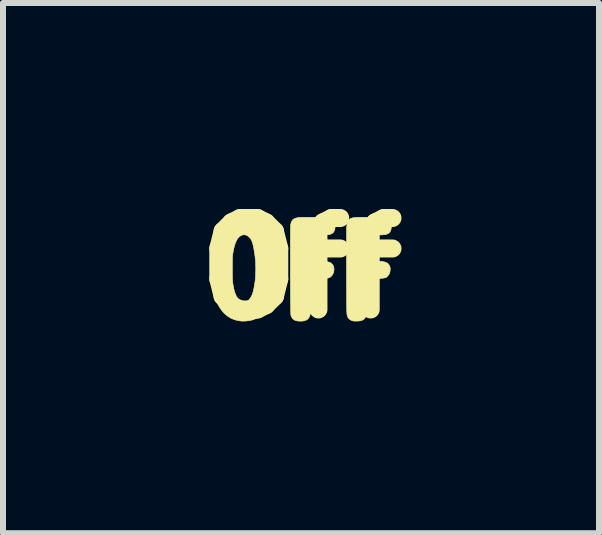
<source format=kicad_pcb>
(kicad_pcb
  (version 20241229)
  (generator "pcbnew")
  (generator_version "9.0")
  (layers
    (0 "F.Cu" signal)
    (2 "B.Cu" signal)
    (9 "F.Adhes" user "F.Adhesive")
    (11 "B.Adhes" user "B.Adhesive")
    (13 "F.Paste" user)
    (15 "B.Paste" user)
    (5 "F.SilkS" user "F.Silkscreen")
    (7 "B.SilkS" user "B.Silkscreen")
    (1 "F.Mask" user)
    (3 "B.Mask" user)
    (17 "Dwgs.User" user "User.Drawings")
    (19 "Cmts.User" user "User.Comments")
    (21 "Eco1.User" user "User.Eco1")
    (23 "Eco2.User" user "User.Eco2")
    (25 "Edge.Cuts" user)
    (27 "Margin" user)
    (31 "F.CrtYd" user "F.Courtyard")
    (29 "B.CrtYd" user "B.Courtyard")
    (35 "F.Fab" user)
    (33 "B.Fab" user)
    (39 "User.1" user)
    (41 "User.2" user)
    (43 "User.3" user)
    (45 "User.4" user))
  (footprint "Off"
    (layer "F.Cu")
    (at 1.967 1.418)
    (property "Reference" "Off" (at 0 0 0) (layer "F.SilkS") (effects (font (size 1.524 1.524) (thickness 0.3))))
    (attr through_hole)
    (fp_poly (pts (xy -0.902 -0.878) (xy -0.842 -0.869) (xy -0.782 -0.852) (xy -0.73 -0.83) (xy -0.678 -0.799) (xy -0.63 -0.762) (xy -0.587 -0.717) (xy -0.549 -0.665) (xy -0.514 -0.606) (xy -0.484 -0.54) (xy -0.459 -0.467) (xy -0.438 -0.387) (xy -0.422 -0.3) (xy -0.421 -0.298) (xy -0.408 -0.197) (xy -0.401 -0.096) (xy -0.399 0.005) (xy -0.401 0.105) (xy -0.409 0.202) (xy -0.422 0.296) (xy -0.44 0.386) (xy -0.463 0.471) (xy -0.49 0.549) (xy -0.492 0.552) (xy -0.521 0.616) (xy -0.555 0.673) (xy -0.595 0.724) (xy -0.638 0.768) (xy -0.687 0.806) (xy -0.739 0.836) (xy -0.794 0.859) (xy -0.853 0.874) (xy -0.916 0.882) (xy -0.931 0.883) (xy -0.955 0.883) (xy -0.979 0.883) (xy -0.999 0.882) (xy -1.014 0.881) (xy -1.014 0.881) (xy -1.075 0.869) (xy -1.13 0.852) (xy -1.179 0.829) (xy -1.225 0.8) (xy -1.269 0.763) (xy -1.281 0.752) (xy -1.316 0.712) (xy -1.348 0.669) (xy -1.377 0.62) (xy -1.403 0.565) (xy -1.422 0.518) (xy -1.44 0.469) (xy -1.454 0.42) (xy -1.467 0.371) (xy -1.477 0.318) (xy -1.486 0.261) (xy -1.493 0.198) (xy -1.494 0.191) (xy -1.5 0.126) (xy -1.504 0.068) (xy -1.505 0.013) (xy -1.505 0.004) (xy -1.145 0.004) (xy -1.145 0.054) (xy -1.145 0.097) (xy -1.144 0.133) (xy -1.144 0.164) (xy -1.142 0.191) (xy -1.141 0.216) (xy -1.139 0.238) (xy -1.136 0.259) (xy -1.133 0.281) (xy -1.128 0.304) (xy -1.123 0.33) (xy -1.122 0.338) (xy -1.108 0.394) (xy -1.09 0.442) (xy -1.07 0.482) (xy -1.046 0.515) (xy -1.019 0.54) (xy -0.988 0.557) (xy -0.988 0.557) (xy -0.963 0.565) (xy -0.942 0.566) (xy -0.92 0.562) (xy -0.917 0.561) (xy -0.891 0.547) (xy -0.865 0.526) (xy -0.843 0.497) (xy -0.823 0.463) (xy -0.82 0.457) (xy -0.809 0.429) (xy -0.798 0.393) (xy -0.788 0.351) (xy -0.779 0.305) (xy -0.771 0.256) (xy -0.764 0.205) (xy -0.759 0.153) (xy -0.758 0.14) (xy -0.754 0.018) (xy -0.757 -0.103) (xy -0.77 -0.224) (xy -0.79 -0.345) (xy -0.794 -0.362) (xy -0.803 -0.401) (xy -0.813 -0.433) (xy -0.823 -0.459) (xy -0.835 -0.481) (xy -0.85 -0.501) (xy -0.86 -0.511) (xy -0.886 -0.535) (xy -0.913 -0.549) (xy -0.941 -0.556) (xy -0.969 -0.554) (xy -0.998 -0.544) (xy -1.001 -0.542) (xy -1.026 -0.526) (xy -1.05 -0.501) (xy -1.071 -0.469) (xy -1.089 -0.43) (xy -1.106 -0.383) (xy -1.12 -0.328) (xy -1.133 -0.264) (xy -1.135 -0.249) (xy -1.138 -0.234) (xy -1.14 -0.22) (xy -1.141 -0.206) (xy -1.142 -0.191) (xy -1.143 -0.175) (xy -1.144 -0.155) (xy -1.144 -0.132) (xy -1.145 -0.103) (xy -1.145 -0.069) (xy -1.145 -0.028) (xy -1.145 0.004) (xy -1.505 0.004) (xy -1.505 -0.039) (xy -1.502 -0.093) (xy -1.497 -0.149) (xy -1.492 -0.195) (xy -1.478 -0.287) (xy -1.459 -0.372) (xy -1.435 -0.452) (xy -1.407 -0.526) (xy -1.375 -0.593) (xy -1.338 -0.654) (xy -1.297 -0.708) (xy -1.252 -0.755) (xy -1.203 -0.795) (xy -1.151 -0.827) (xy -1.094 -0.853) (xy -1.082 -0.857) (xy -1.023 -0.872) (xy -0.963 -0.879) (xy -0.902 -0.878)) (stroke (width 0.01) (type solid)) (fill yes) (layer "F.SilkS"))
    (fp_poly (pts (xy 0.186 -0.846) (xy 0.222 -0.846) (xy 0.274 -0.845) (xy 0.319 -0.845) (xy 0.357 -0.844) (xy 0.388 -0.844) (xy 0.414 -0.843) (xy 0.435 -0.842) (xy 0.452 -0.841) (xy 0.465 -0.839) (xy 0.477 -0.837) (xy 0.486 -0.834) (xy 0.494 -0.83) (xy 0.502 -0.826) (xy 0.511 -0.821) (xy 0.515 -0.819) (xy 0.533 -0.805) (xy 0.548 -0.785) (xy 0.56 -0.762) (xy 0.563 -0.753) (xy 0.565 -0.741) (xy 0.567 -0.723) (xy 0.568 -0.705) (xy 0.568 -0.702) (xy 0.566 -0.663) (xy 0.559 -0.632) (xy 0.547 -0.606) (xy 0.53 -0.586) (xy 0.506 -0.571) (xy 0.491 -0.564) (xy 0.475 -0.561) (xy 0.452 -0.557) (xy 0.425 -0.554) (xy 0.394 -0.552) (xy 0.362 -0.551) (xy 0.343 -0.55) (xy 0.301 -0.549) (xy 0.267 -0.544) (xy 0.239 -0.536) (xy 0.216 -0.525) (xy 0.199 -0.512) (xy 0.188 -0.498) (xy 0.178 -0.481) (xy 0.171 -0.461) (xy 0.166 -0.436) (xy 0.162 -0.406) (xy 0.161 -0.369) (xy 0.16 -0.334) (xy 0.161 -0.286) (xy 0.166 -0.245) (xy 0.173 -0.211) (xy 0.184 -0.183) (xy 0.199 -0.161) (xy 0.213 -0.146) (xy 0.221 -0.139) (xy 0.23 -0.134) (xy 0.24 -0.129) (xy 0.252 -0.126) (xy 0.269 -0.123) (xy 0.29 -0.121) (xy 0.318 -0.118) (xy 0.341 -0.116) (xy 0.382 -0.112) (xy 0.417 -0.108) (xy 0.444 -0.104) (xy 0.467 -0.098) (xy 0.485 -0.092) (xy 0.5 -0.083) (xy 0.513 -0.073) (xy 0.523 -0.063) (xy 0.538 -0.039) (xy 0.547 -0.01) (xy 0.55 0.02) (xy 0.547 0.052) (xy 0.539 0.082) (xy 0.525 0.111) (xy 0.506 0.134) (xy 0.494 0.145) (xy 0.483 0.153) (xy 0.47 0.16) (xy 0.454 0.164) (xy 0.435 0.168) (xy 0.41 0.171) (xy 0.379 0.173) (xy 0.366 0.174) (xy 0.339 0.175) (xy 0.314 0.177) (xy 0.293 0.179) (xy 0.276 0.181) (xy 0.268 0.182) (xy 0.235 0.192) (xy 0.208 0.207) (xy 0.187 0.228) (xy 0.173 0.256) (xy 0.172 0.259) (xy 0.17 0.264) (xy 0.168 0.271) (xy 0.167 0.279) (xy 0.166 0.289) (xy 0.165 0.302) (xy 0.164 0.319) (xy 0.164 0.34) (xy 0.163 0.366) (xy 0.162 0.398) (xy 0.162 0.437) (xy 0.161 0.483) (xy 0.161 0.516) (xy 0.16 0.575) (xy 0.159 0.625) (xy 0.158 0.668) (xy 0.157 0.703) (xy 0.156 0.731) (xy 0.155 0.752) (xy 0.154 0.767) (xy 0.152 0.775) (xy 0.142 0.808) (xy 0.126 0.834) (xy 0.106 0.855) (xy 0.079 0.87) (xy 0.047 0.88) (xy 0.008 0.884) (xy -0.012 0.884) (xy -0.032 0.884) (xy -0.053 0.882) (xy -0.07 0.879) (xy -0.072 0.879) (xy -0.103 0.869) (xy -0.128 0.854) (xy -0.147 0.833) (xy -0.162 0.806) (xy -0.17 0.779) (xy -0.17 0.772) (xy -0.171 0.757) (xy -0.172 0.734) (xy -0.172 0.705) (xy -0.173 0.669) (xy -0.173 0.628) (xy -0.174 0.581) (xy -0.174 0.53) (xy -0.175 0.474) (xy -0.175 0.415) (xy -0.176 0.353) (xy -0.176 0.288) (xy -0.176 0.221) (xy -0.177 0.153) (xy -0.177 0.084) (xy -0.177 0.014) (xy -0.177 -0.055) (xy -0.177 -0.124) (xy -0.177 -0.192) (xy -0.177 -0.258) (xy -0.177 -0.321) (xy -0.177 -0.382) (xy -0.177 -0.439) (xy -0.177 -0.493) (xy -0.177 -0.542) (xy -0.176 -0.586) (xy -0.176 -0.624) (xy -0.175 -0.657) (xy -0.175 -0.683) (xy -0.174 -0.702) (xy -0.174 -0.713) (xy -0.174 -0.714) (xy -0.167 -0.75) (xy -0.156 -0.779) (xy -0.14 -0.802) (xy -0.119 -0.819) (xy -0.092 -0.831) (xy -0.058 -0.84) (xy -0.044 -0.842) (xy -0.032 -0.844) (xy -0.013 -0.845) (xy 0.012 -0.845) (xy 0.044 -0.846) (xy 0.084 -0.846) (xy 0.131 -0.846) (xy 0.186 -0.846)) (stroke (width 0.01) (type solid)) (fill yes) (layer "F.SilkS"))
    (fp_poly (pts (xy 1.117 -0.846) (xy 1.16 -0.846) (xy 1.21 -0.845) (xy 1.252 -0.845) (xy 1.288 -0.845) (xy 1.317 -0.844) (xy 1.341 -0.844) (xy 1.359 -0.843) (xy 1.374 -0.842) (xy 1.386 -0.842) (xy 1.395 -0.84) (xy 1.402 -0.839) (xy 1.409 -0.838) (xy 1.415 -0.836) (xy 1.419 -0.834) (xy 1.45 -0.82) (xy 1.474 -0.8) (xy 1.492 -0.775) (xy 1.502 -0.745) (xy 1.506 -0.71) (xy 1.505 -0.686) (xy 1.501 -0.651) (xy 1.493 -0.623) (xy 1.481 -0.601) (xy 1.464 -0.584) (xy 1.447 -0.573) (xy 1.433 -0.567) (xy 1.418 -0.562) (xy 1.4 -0.558) (xy 1.377 -0.556) (xy 1.349 -0.554) (xy 1.314 -0.552) (xy 1.312 -0.552) (xy 1.271 -0.55) (xy 1.238 -0.548) (xy 1.21 -0.544) (xy 1.188 -0.54) (xy 1.17 -0.534) (xy 1.155 -0.526) (xy 1.141 -0.516) (xy 1.137 -0.513) (xy 1.126 -0.501) (xy 1.117 -0.487) (xy 1.11 -0.47) (xy 1.105 -0.45) (xy 1.102 -0.424) (xy 1.1 -0.393) (xy 1.099 -0.355) (xy 1.099 -0.337) (xy 1.099 -0.306) (xy 1.099 -0.283) (xy 1.1 -0.264) (xy 1.101 -0.25) (xy 1.102 -0.239) (xy 1.105 -0.228) (xy 1.108 -0.218) (xy 1.12 -0.186) (xy 1.136 -0.161) (xy 1.154 -0.143) (xy 1.168 -0.134) (xy 1.177 -0.13) (xy 1.186 -0.127) (xy 1.196 -0.124) (xy 1.21 -0.122) (xy 1.227 -0.12) (xy 1.251 -0.118) (xy 1.272 -0.116) (xy 1.304 -0.114) (xy 1.329 -0.112) (xy 1.348 -0.11) (xy 1.364 -0.108) (xy 1.376 -0.106) (xy 1.387 -0.103) (xy 1.399 -0.1) (xy 1.403 -0.098) (xy 1.431 -0.087) (xy 1.452 -0.071) (xy 1.468 -0.05) (xy 1.473 -0.041) (xy 1.48 -0.025) (xy 1.484 -0.012) (xy 1.486 0.003) (xy 1.486 0.019) (xy 1.484 0.053) (xy 1.477 0.082) (xy 1.465 0.107) (xy 1.446 0.13) (xy 1.438 0.139) (xy 1.431 0.146) (xy 1.423 0.152) (xy 1.414 0.157) (xy 1.404 0.161) (xy 1.39 0.164) (xy 1.373 0.167) (xy 1.35 0.169) (xy 1.322 0.172) (xy 1.287 0.175) (xy 1.25 0.178) (xy 1.225 0.18) (xy 1.207 0.182) (xy 1.193 0.185) (xy 1.181 0.188) (xy 1.169 0.194) (xy 1.166 0.195) (xy 1.145 0.207) (xy 1.129 0.222) (xy 1.116 0.242) (xy 1.108 0.263) (xy 1.106 0.269) (xy 1.104 0.276) (xy 1.103 0.283) (xy 1.102 0.292) (xy 1.101 0.303) (xy 1.1 0.317) (xy 1.099 0.336) (xy 1.099 0.358) (xy 1.098 0.387) (xy 1.098 0.421) (xy 1.097 0.462) (xy 1.097 0.51) (xy 1.096 0.527) (xy 1.096 0.578) (xy 1.095 0.621) (xy 1.095 0.658) (xy 1.094 0.688) (xy 1.094 0.712) (xy 1.093 0.732) (xy 1.092 0.747) (xy 1.091 0.759) (xy 1.09 0.769) (xy 1.089 0.776) (xy 1.087 0.783) (xy 1.085 0.789) (xy 1.085 0.791) (xy 1.073 0.819) (xy 1.058 0.842) (xy 1.039 0.859) (xy 1.015 0.871) (xy 0.985 0.879) (xy 0.949 0.883) (xy 0.936 0.883) (xy 0.914 0.883) (xy 0.894 0.883) (xy 0.877 0.882) (xy 0.869 0.881) (xy 0.839 0.871) (xy 0.812 0.856) (xy 0.792 0.837) (xy 0.78 0.82) (xy 0.776 0.81) (xy 0.772 0.795) (xy 0.767 0.778) (xy 0.766 0.773) (xy 0.766 0.767) (xy 0.765 0.76) (xy 0.764 0.751) (xy 0.764 0.739) (xy 0.763 0.725) (xy 0.762 0.707) (xy 0.762 0.686) (xy 0.762 0.661) (xy 0.761 0.632) (xy 0.761 0.598) (xy 0.761 0.559) (xy 0.76 0.514) (xy 0.76 0.464) (xy 0.76 0.407) (xy 0.76 0.344) (xy 0.759 0.274) (xy 0.759 0.196) (xy 0.759 0.11) (xy 0.759 0.055) (xy 0.759 -0.042) (xy 0.759 -0.134) (xy 0.759 -0.219) (xy 0.759 -0.298) (xy 0.759 -0.37) (xy 0.759 -0.436) (xy 0.759 -0.494) (xy 0.759 -0.546) (xy 0.76 -0.589) (xy 0.76 -0.626) (xy 0.76 -0.654) (xy 0.761 -0.674) (xy 0.762 -0.686) (xy 0.762 -0.687) (xy 0.765 -0.72) (xy 0.77 -0.747) (xy 0.776 -0.768) (xy 0.784 -0.785) (xy 0.795 -0.799) (xy 0.8 -0.804) (xy 0.809 -0.813) (xy 0.818 -0.82) (xy 0.828 -0.826) (xy 0.839 -0.831) (xy 0.852 -0.835) (xy 0.869 -0.839) (xy 0.889 -0.841) (xy 0.913 -0.843) (xy 0.941 -0.845) (xy 0.976 -0.846) (xy 1.016 -0.846) (xy 1.063 -0.846) (xy 1.117 -0.846)) (stroke (width 0.01) (type solid)) (fill yes) (layer "F.SilkS")))
  (gr_rect
    (start -3 -3)
    (end 6.933 5.836)
    (stroke (width 0.1) (type default))
    (fill no)
    (layer "Edge.Cuts")))
</source>
